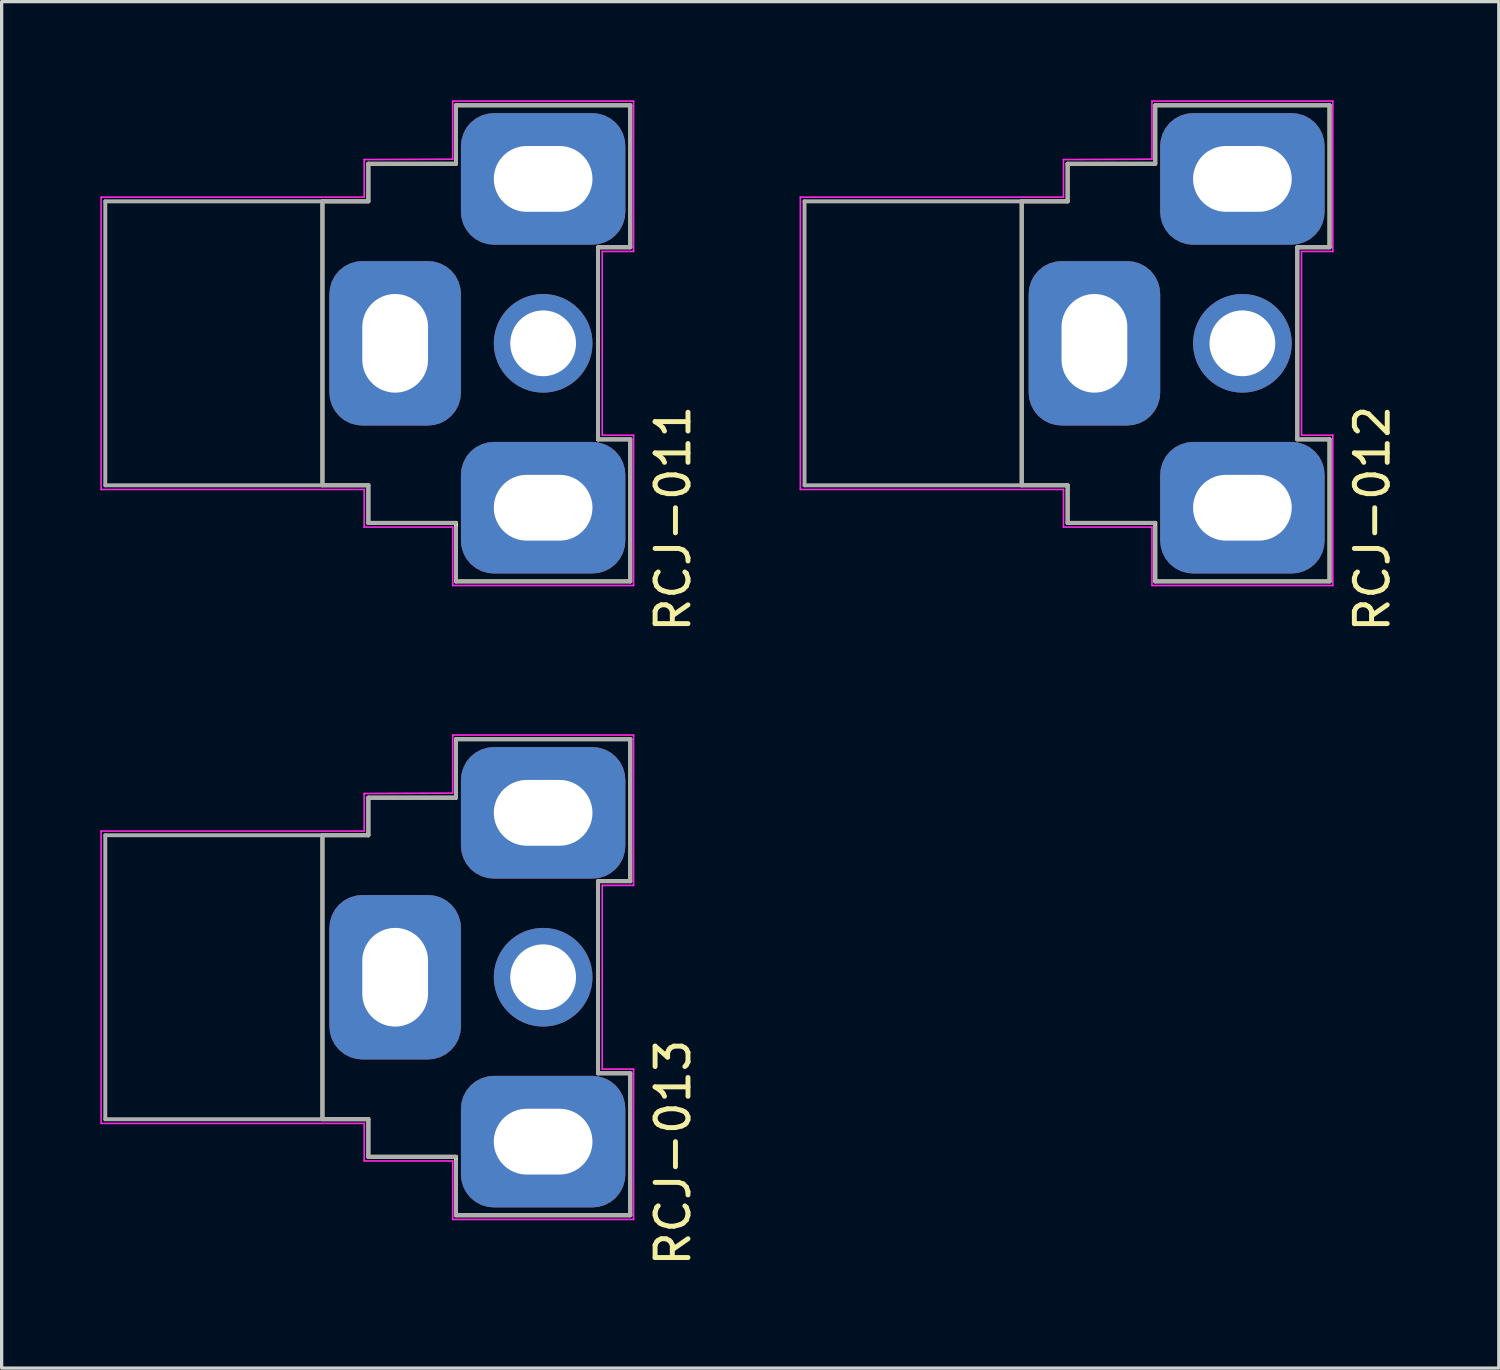
<source format=kicad_pcb>
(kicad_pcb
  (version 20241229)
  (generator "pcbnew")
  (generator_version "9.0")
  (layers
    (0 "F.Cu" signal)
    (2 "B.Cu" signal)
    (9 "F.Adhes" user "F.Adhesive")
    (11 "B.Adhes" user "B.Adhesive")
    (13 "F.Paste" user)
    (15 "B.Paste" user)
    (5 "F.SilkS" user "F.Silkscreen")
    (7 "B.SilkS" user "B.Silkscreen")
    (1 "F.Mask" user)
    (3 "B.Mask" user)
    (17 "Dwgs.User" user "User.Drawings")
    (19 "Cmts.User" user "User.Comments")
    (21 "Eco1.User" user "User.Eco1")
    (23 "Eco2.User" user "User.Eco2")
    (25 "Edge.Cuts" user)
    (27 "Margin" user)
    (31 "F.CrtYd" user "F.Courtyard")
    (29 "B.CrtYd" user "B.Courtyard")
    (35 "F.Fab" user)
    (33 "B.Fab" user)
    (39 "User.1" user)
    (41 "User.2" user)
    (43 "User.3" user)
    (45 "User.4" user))
  (footprint "RCJ-012"
    (layer "F.Cu")
    (at 28.784 7.391)
    (property "Reference" "RCJ-012" (at 9.9 5.334 90) (layer "F.SilkS") (effects (font (size 1 1) (thickness 0.15))))
    (attr through_hole)
    (fp_line (start -0.762 -4.318) (end -0.762 4.318) (stroke (width 0.12) (type solid)) (layer "F.SilkS"))
    (fp_line (start -0.762 4.318) (end 0.635 4.318) (stroke (width 0.12) (type solid)) (layer "F.SilkS"))
    (fp_line (start 0.635 -5.461) (end 0.635 -4.318) (stroke (width 0.12) (type solid)) (layer "F.SilkS"))
    (fp_line (start 0.635 -4.318) (end -0.762 -4.318) (stroke (width 0.12) (type solid)) (layer "F.SilkS"))
    (fp_line (start 0.635 4.318) (end 0.635 5.461) (stroke (width 0.12) (type solid)) (layer "F.SilkS"))
    (fp_line (start 0.635 5.461) (end 3.3 5.461) (stroke (width 0.12) (type solid)) (layer "F.SilkS"))
    (fp_line (start 3.3 -7.239) (end 8.6 -7.239) (stroke (width 0.12) (type solid)) (layer "F.SilkS"))
    (fp_line (start 3.3 -5.461) (end 0.635 -5.461) (stroke (width 0.12) (type solid)) (layer "F.SilkS"))
    (fp_line (start 3.3 -5.461) (end 3.3 -7.239) (stroke (width 0.12) (type solid)) (layer "F.SilkS"))
    (fp_line (start 3.3 5.461) (end 3.3 7.239) (stroke (width 0.12) (type solid)) (layer "F.SilkS"))
    (fp_line (start 3.3 7.239) (end 8.6 7.239) (stroke (width 0.12) (type solid)) (layer "F.SilkS"))
    (fp_line (start 7.62 -2.921) (end 7.62 2.921) (stroke (width 0.12) (type solid)) (layer "F.SilkS"))
    (fp_line (start 8.6 -7.239) (end 8.6 -2.921) (stroke (width 0.12) (type solid)) (layer "F.SilkS"))
    (fp_line (start 8.6 -2.921) (end 7.62 -2.921) (stroke (width 0.12) (type solid)) (layer "F.SilkS"))
    (fp_line (start 8.6 2.921) (end 7.62 2.921) (stroke (width 0.12) (type solid)) (layer "F.SilkS"))
    (fp_line (start 8.6 7.239) (end 8.6 2.921) (stroke (width 0.12) (type solid)) (layer "F.SilkS"))
    (fp_line (start -7.493 -4.445) (end -7.493 4.445) (stroke (width 0.05) (type solid)) (layer "F.CrtYd"))
    (fp_line (start -7.493 4.445) (end 0.508 4.445) (stroke (width 0.05) (type solid)) (layer "F.CrtYd"))
    (fp_line (start 0.508 -5.588) (end 0.508 -4.445) (stroke (width 0.05) (type solid)) (layer "F.CrtYd"))
    (fp_line (start 0.508 -4.445) (end -7.493 -4.445) (stroke (width 0.05) (type solid)) (layer "F.CrtYd"))
    (fp_line (start 0.508 4.445) (end 0.508 5.588) (stroke (width 0.05) (type solid)) (layer "F.CrtYd"))
    (fp_line (start 0.508 5.588) (end 3.2 5.588) (stroke (width 0.05) (type solid)) (layer "F.CrtYd"))
    (fp_line (start 3.2 -7.366) (end 8.7 -7.366) (stroke (width 0.05) (type solid)) (layer "F.CrtYd"))
    (fp_line (start 3.2 -5.6) (end 0.508 -5.588) (stroke (width 0.05) (type solid)) (layer "F.CrtYd"))
    (fp_line (start 3.2 -5.6) (end 3.2 -7.366) (stroke (width 0.05) (type solid)) (layer "F.CrtYd"))
    (fp_line (start 3.2 7.366) (end 3.2 5.588) (stroke (width 0.05) (type solid)) (layer "F.CrtYd"))
    (fp_line (start 7.747 -2.794) (end 7.747 2.794) (stroke (width 0.05) (type solid)) (layer "F.CrtYd"))
    (fp_line (start 7.747 2.794) (end 8.7 2.794) (stroke (width 0.05) (type solid)) (layer "F.CrtYd"))
    (fp_line (start 8.7 -7.366) (end 8.7 -2.794) (stroke (width 0.05) (type solid)) (layer "F.CrtYd"))
    (fp_line (start 8.7 -2.794) (end 7.747 -2.794) (stroke (width 0.05) (type solid)) (layer "F.CrtYd"))
    (fp_line (start 8.7 7.366) (end 3.2 7.366) (stroke (width 0.05) (type solid)) (layer "F.CrtYd"))
    (fp_line (start 8.7 7.366) (end 8.7 2.794) (stroke (width 0.05) (type solid)) (layer "F.CrtYd"))
    (fp_line (start -7.366 -4.318) (end -7.366 4.318) (stroke (width 0.12) (type solid)) (layer "F.Fab"))
    (fp_line (start -7.366 4.318) (end 0.635 4.318) (stroke (width 0.12) (type solid)) (layer "F.Fab"))
    (fp_line (start -0.762 -4.318) (end -0.762 4.318) (stroke (width 0.12) (type solid)) (layer "F.Fab"))
    (fp_line (start 0.635 -5.461) (end 0.635 -4.318) (stroke (width 0.12) (type solid)) (layer "F.Fab"))
    (fp_line (start 0.635 -5.461) (end 3.3 -5.461) (stroke (width 0.12) (type solid)) (layer "F.Fab"))
    (fp_line (start 0.635 -4.318) (end -7.366 -4.318) (stroke (width 0.12) (type solid)) (layer "F.Fab"))
    (fp_line (start 0.635 4.318) (end 0.635 5.461) (stroke (width 0.12) (type solid)) (layer "F.Fab"))
    (fp_line (start 0.635 5.461) (end 3.3 5.461) (stroke (width 0.12) (type solid)) (layer "F.Fab"))
    (fp_line (start 3.3 -7.239) (end 8.6 -7.239) (stroke (width 0.12) (type solid)) (layer "F.Fab"))
    (fp_line (start 3.3 -5.461) (end 3.3 -7.239) (stroke (width 0.12) (type solid)) (layer "F.Fab"))
    (fp_line (start 3.3 5.588) (end 3.3 7.239) (stroke (width 0.12) (type solid)) (layer "F.Fab"))
    (fp_line (start 3.3 7.239) (end 8.6 7.239) (stroke (width 0.12) (type solid)) (layer "F.Fab"))
    (fp_line (start 7.62 -2.921) (end 7.62 2.921) (stroke (width 0.12) (type solid)) (layer "F.Fab"))
    (fp_line (start 8.6 -7.239) (end 8.6 -2.921) (stroke (width 0.12) (type solid)) (layer "F.Fab"))
    (fp_line (start 8.6 -2.921) (end 7.62 -2.921) (stroke (width 0.12) (type solid)) (layer "F.Fab"))
    (fp_line (start 8.6 2.921) (end 7.62 2.921) (stroke (width 0.12) (type solid)) (layer "F.Fab"))
    (fp_line (start 8.6 7.239) (end 8.6 2.921) (stroke (width 0.12) (type solid)) (layer "F.Fab"))
    (pad "1" thru_hole circle (at 5.95 0) (size 3 3) (drill 2) (layers "*.Cu" "*.Mask"))
    (pad "2" thru_hole roundrect (at 1.45 0) (size 4 5) (drill oval 2 3) (layers "*.Cu" "*.Mask") (roundrect_rratio 0.25))
    (pad "2" thru_hole roundrect (at 5.95 -5) (size 5 4) (drill oval 3 2) (layers "*.Cu" "*.Mask") (roundrect_rratio 0.25))
    (pad "2" thru_hole roundrect (at 5.95 5) (size 5 4) (drill oval 3 2) (layers "*.Cu" "*.Mask") (roundrect_rratio 0.25)))
  (footprint "RCJ-011"
    (layer "F.Cu")
    (at 7.518 7.391)
    (property "Reference" "RCJ-011" (at 9.9 5.334 90) (layer "F.SilkS") (effects (font (size 1 1) (thickness 0.15))))
    (attr through_hole)
    (fp_line (start -0.762 -4.318) (end -0.762 4.318) (stroke (width 0.12) (type solid)) (layer "F.SilkS"))
    (fp_line (start -0.762 4.318) (end 0.635 4.318) (stroke (width 0.12) (type solid)) (layer "F.SilkS"))
    (fp_line (start 0.635 -5.461) (end 0.635 -4.318) (stroke (width 0.12) (type solid)) (layer "F.SilkS"))
    (fp_line (start 0.635 -4.318) (end -0.762 -4.318) (stroke (width 0.12) (type solid)) (layer "F.SilkS"))
    (fp_line (start 0.635 4.318) (end 0.635 5.461) (stroke (width 0.12) (type solid)) (layer "F.SilkS"))
    (fp_line (start 0.635 5.461) (end 3.3 5.461) (stroke (width 0.12) (type solid)) (layer "F.SilkS"))
    (fp_line (start 3.3 -7.239) (end 8.6 -7.239) (stroke (width 0.12) (type solid)) (layer "F.SilkS"))
    (fp_line (start 3.3 -5.461) (end 0.635 -5.461) (stroke (width 0.12) (type solid)) (layer "F.SilkS"))
    (fp_line (start 3.3 -5.461) (end 3.3 -7.239) (stroke (width 0.12) (type solid)) (layer "F.SilkS"))
    (fp_line (start 3.3 5.461) (end 3.3 7.239) (stroke (width 0.12) (type solid)) (layer "F.SilkS"))
    (fp_line (start 3.3 7.239) (end 8.6 7.239) (stroke (width 0.12) (type solid)) (layer "F.SilkS"))
    (fp_line (start 7.62 -2.921) (end 7.62 2.921) (stroke (width 0.12) (type solid)) (layer "F.SilkS"))
    (fp_line (start 8.6 -7.239) (end 8.6 -2.921) (stroke (width 0.12) (type solid)) (layer "F.SilkS"))
    (fp_line (start 8.6 -2.921) (end 7.62 -2.921) (stroke (width 0.12) (type solid)) (layer "F.SilkS"))
    (fp_line (start 8.6 2.921) (end 7.62 2.921) (stroke (width 0.12) (type solid)) (layer "F.SilkS"))
    (fp_line (start 8.6 7.239) (end 8.6 2.921) (stroke (width 0.12) (type solid)) (layer "F.SilkS"))
    (fp_line (start -7.493 -4.445) (end -7.493 4.445) (stroke (width 0.05) (type solid)) (layer "F.CrtYd"))
    (fp_line (start -7.493 4.445) (end 0.508 4.445) (stroke (width 0.05) (type solid)) (layer "F.CrtYd"))
    (fp_line (start 0.508 -5.588) (end 0.508 -4.445) (stroke (width 0.05) (type solid)) (layer "F.CrtYd"))
    (fp_line (start 0.508 -4.445) (end -7.493 -4.445) (stroke (width 0.05) (type solid)) (layer "F.CrtYd"))
    (fp_line (start 0.508 4.445) (end 0.508 5.588) (stroke (width 0.05) (type solid)) (layer "F.CrtYd"))
    (fp_line (start 0.508 5.588) (end 3.2 5.588) (stroke (width 0.05) (type solid)) (layer "F.CrtYd"))
    (fp_line (start 3.2 -7.366) (end 8.7 -7.366) (stroke (width 0.05) (type solid)) (layer "F.CrtYd"))
    (fp_line (start 3.2 -5.6) (end 0.508 -5.588) (stroke (width 0.05) (type solid)) (layer "F.CrtYd"))
    (fp_line (start 3.2 -5.6) (end 3.2 -7.366) (stroke (width 0.05) (type solid)) (layer "F.CrtYd"))
    (fp_line (start 3.2 7.366) (end 3.2 5.588) (stroke (width 0.05) (type solid)) (layer "F.CrtYd"))
    (fp_line (start 7.747 -2.794) (end 7.747 2.794) (stroke (width 0.05) (type solid)) (layer "F.CrtYd"))
    (fp_line (start 7.747 2.794) (end 8.7 2.794) (stroke (width 0.05) (type solid)) (layer "F.CrtYd"))
    (fp_line (start 8.7 -7.366) (end 8.7 -2.794) (stroke (width 0.05) (type solid)) (layer "F.CrtYd"))
    (fp_line (start 8.7 -2.794) (end 7.747 -2.794) (stroke (width 0.05) (type solid)) (layer "F.CrtYd"))
    (fp_line (start 8.7 7.366) (end 3.2 7.366) (stroke (width 0.05) (type solid)) (layer "F.CrtYd"))
    (fp_line (start 8.7 7.366) (end 8.7 2.794) (stroke (width 0.05) (type solid)) (layer "F.CrtYd"))
    (fp_line (start -7.366 -4.318) (end -7.366 4.318) (stroke (width 0.12) (type solid)) (layer "F.Fab"))
    (fp_line (start -7.366 4.318) (end 0.635 4.318) (stroke (width 0.12) (type solid)) (layer "F.Fab"))
    (fp_line (start -0.762 -4.318) (end -0.762 4.318) (stroke (width 0.12) (type solid)) (layer "F.Fab"))
    (fp_line (start 0.635 -5.461) (end 0.635 -4.318) (stroke (width 0.12) (type solid)) (layer "F.Fab"))
    (fp_line (start 0.635 -5.461) (end 3.3 -5.461) (stroke (width 0.12) (type solid)) (layer "F.Fab"))
    (fp_line (start 0.635 -4.318) (end -7.366 -4.318) (stroke (width 0.12) (type solid)) (layer "F.Fab"))
    (fp_line (start 0.635 4.318) (end 0.635 5.461) (stroke (width 0.12) (type solid)) (layer "F.Fab"))
    (fp_line (start 0.635 5.461) (end 3.3 5.461) (stroke (width 0.12) (type solid)) (layer "F.Fab"))
    (fp_line (start 3.3 -7.239) (end 8.6 -7.239) (stroke (width 0.12) (type solid)) (layer "F.Fab"))
    (fp_line (start 3.3 -5.461) (end 3.3 -7.239) (stroke (width 0.12) (type solid)) (layer "F.Fab"))
    (fp_line (start 3.3 5.588) (end 3.3 7.239) (stroke (width 0.12) (type solid)) (layer "F.Fab"))
    (fp_line (start 3.3 7.239) (end 8.6 7.239) (stroke (width 0.12) (type solid)) (layer "F.Fab"))
    (fp_line (start 7.62 -2.921) (end 7.62 2.921) (stroke (width 0.12) (type solid)) (layer "F.Fab"))
    (fp_line (start 8.6 -7.239) (end 8.6 -2.921) (stroke (width 0.12) (type solid)) (layer "F.Fab"))
    (fp_line (start 8.6 -2.921) (end 7.62 -2.921) (stroke (width 0.12) (type solid)) (layer "F.Fab"))
    (fp_line (start 8.6 2.921) (end 7.62 2.921) (stroke (width 0.12) (type solid)) (layer "F.Fab"))
    (fp_line (start 8.6 7.239) (end 8.6 2.921) (stroke (width 0.12) (type solid)) (layer "F.Fab"))
    (pad "1" thru_hole circle (at 5.95 0) (size 3 3) (drill 2) (layers "*.Cu" "*.Mask"))
    (pad "2" thru_hole roundrect (at 1.45 0) (size 4 5) (drill oval 2 3) (layers "*.Cu" "*.Mask") (roundrect_rratio 0.25))
    (pad "2" thru_hole roundrect (at 5.95 -5) (size 5 4) (drill oval 3 2) (layers "*.Cu" "*.Mask") (roundrect_rratio 0.25))
    (pad "2" thru_hole roundrect (at 5.95 5) (size 5 4) (drill oval 3 2) (layers "*.Cu" "*.Mask") (roundrect_rratio 0.25)))
  (footprint "RCJ-013"
    (layer "F.Cu")
    (at 7.518 26.67)
    (property "Reference" "RCJ-013" (at 9.9 5.334 90) (layer "F.SilkS") (effects (font (size 1 1) (thickness 0.15))))
    (attr through_hole)
    (fp_line (start -0.762 -4.318) (end -0.762 4.318) (stroke (width 0.12) (type solid)) (layer "F.SilkS"))
    (fp_line (start -0.762 4.318) (end 0.635 4.318) (stroke (width 0.12) (type solid)) (layer "F.SilkS"))
    (fp_line (start 0.635 -5.461) (end 0.635 -4.318) (stroke (width 0.12) (type solid)) (layer "F.SilkS"))
    (fp_line (start 0.635 -4.318) (end -0.762 -4.318) (stroke (width 0.12) (type solid)) (layer "F.SilkS"))
    (fp_line (start 0.635 4.318) (end 0.635 5.461) (stroke (width 0.12) (type solid)) (layer "F.SilkS"))
    (fp_line (start 0.635 5.461) (end 3.3 5.461) (stroke (width 0.12) (type solid)) (layer "F.SilkS"))
    (fp_line (start 3.3 -7.239) (end 8.6 -7.239) (stroke (width 0.12) (type solid)) (layer "F.SilkS"))
    (fp_line (start 3.3 -5.461) (end 0.635 -5.461) (stroke (width 0.12) (type solid)) (layer "F.SilkS"))
    (fp_line (start 3.3 -5.461) (end 3.3 -7.239) (stroke (width 0.12) (type solid)) (layer "F.SilkS"))
    (fp_line (start 3.3 5.461) (end 3.3 7.239) (stroke (width 0.12) (type solid)) (layer "F.SilkS"))
    (fp_line (start 3.3 7.239) (end 8.6 7.239) (stroke (width 0.12) (type solid)) (layer "F.SilkS"))
    (fp_line (start 7.62 -2.921) (end 7.62 2.921) (stroke (width 0.12) (type solid)) (layer "F.SilkS"))
    (fp_line (start 8.6 -7.239) (end 8.6 -2.921) (stroke (width 0.12) (type solid)) (layer "F.SilkS"))
    (fp_line (start 8.6 -2.921) (end 7.62 -2.921) (stroke (width 0.12) (type solid)) (layer "F.SilkS"))
    (fp_line (start 8.6 2.921) (end 7.62 2.921) (stroke (width 0.12) (type solid)) (layer "F.SilkS"))
    (fp_line (start 8.6 7.239) (end 8.6 2.921) (stroke (width 0.12) (type solid)) (layer "F.SilkS"))
    (fp_line (start -7.493 -4.445) (end -7.493 4.445) (stroke (width 0.05) (type solid)) (layer "F.CrtYd"))
    (fp_line (start -7.493 4.445) (end 0.508 4.445) (stroke (width 0.05) (type solid)) (layer "F.CrtYd"))
    (fp_line (start 0.508 -5.588) (end 0.508 -4.445) (stroke (width 0.05) (type solid)) (layer "F.CrtYd"))
    (fp_line (start 0.508 -4.445) (end -7.493 -4.445) (stroke (width 0.05) (type solid)) (layer "F.CrtYd"))
    (fp_line (start 0.508 4.445) (end 0.508 5.588) (stroke (width 0.05) (type solid)) (layer "F.CrtYd"))
    (fp_line (start 0.508 5.588) (end 3.2 5.588) (stroke (width 0.05) (type solid)) (layer "F.CrtYd"))
    (fp_line (start 3.2 -7.366) (end 8.7 -7.366) (stroke (width 0.05) (type solid)) (layer "F.CrtYd"))
    (fp_line (start 3.2 -5.6) (end 0.508 -5.588) (stroke (width 0.05) (type solid)) (layer "F.CrtYd"))
    (fp_line (start 3.2 -5.6) (end 3.2 -7.366) (stroke (width 0.05) (type solid)) (layer "F.CrtYd"))
    (fp_line (start 3.2 7.366) (end 3.2 5.588) (stroke (width 0.05) (type solid)) (layer "F.CrtYd"))
    (fp_line (start 7.747 -2.794) (end 7.747 2.794) (stroke (width 0.05) (type solid)) (layer "F.CrtYd"))
    (fp_line (start 7.747 2.794) (end 8.7 2.794) (stroke (width 0.05) (type solid)) (layer "F.CrtYd"))
    (fp_line (start 8.7 -7.366) (end 8.7 -2.794) (stroke (width 0.05) (type solid)) (layer "F.CrtYd"))
    (fp_line (start 8.7 -2.794) (end 7.747 -2.794) (stroke (width 0.05) (type solid)) (layer "F.CrtYd"))
    (fp_line (start 8.7 7.366) (end 3.2 7.366) (stroke (width 0.05) (type solid)) (layer "F.CrtYd"))
    (fp_line (start 8.7 7.366) (end 8.7 2.794) (stroke (width 0.05) (type solid)) (layer "F.CrtYd"))
    (fp_line (start -7.366 -4.318) (end -7.366 4.318) (stroke (width 0.12) (type solid)) (layer "F.Fab"))
    (fp_line (start -7.366 4.318) (end 0.635 4.318) (stroke (width 0.12) (type solid)) (layer "F.Fab"))
    (fp_line (start -0.762 -4.318) (end -0.762 4.318) (stroke (width 0.12) (type solid)) (layer "F.Fab"))
    (fp_line (start 0.635 -5.461) (end 0.635 -4.318) (stroke (width 0.12) (type solid)) (layer "F.Fab"))
    (fp_line (start 0.635 -5.461) (end 3.3 -5.461) (stroke (width 0.12) (type solid)) (layer "F.Fab"))
    (fp_line (start 0.635 -4.318) (end -7.366 -4.318) (stroke (width 0.12) (type solid)) (layer "F.Fab"))
    (fp_line (start 0.635 4.318) (end 0.635 5.461) (stroke (width 0.12) (type solid)) (layer "F.Fab"))
    (fp_line (start 0.635 5.461) (end 3.3 5.461) (stroke (width 0.12) (type solid)) (layer "F.Fab"))
    (fp_line (start 3.3 -7.239) (end 8.6 -7.239) (stroke (width 0.12) (type solid)) (layer "F.Fab"))
    (fp_line (start 3.3 -5.461) (end 3.3 -7.239) (stroke (width 0.12) (type solid)) (layer "F.Fab"))
    (fp_line (start 3.3 5.588) (end 3.3 7.239) (stroke (width 0.12) (type solid)) (layer "F.Fab"))
    (fp_line (start 3.3 7.239) (end 8.6 7.239) (stroke (width 0.12) (type solid)) (layer "F.Fab"))
    (fp_line (start 7.62 -2.921) (end 7.62 2.921) (stroke (width 0.12) (type solid)) (layer "F.Fab"))
    (fp_line (start 8.6 -7.239) (end 8.6 -2.921) (stroke (width 0.12) (type solid)) (layer "F.Fab"))
    (fp_line (start 8.6 -2.921) (end 7.62 -2.921) (stroke (width 0.12) (type solid)) (layer "F.Fab"))
    (fp_line (start 8.6 2.921) (end 7.62 2.921) (stroke (width 0.12) (type solid)) (layer "F.Fab"))
    (fp_line (start 8.6 7.239) (end 8.6 2.921) (stroke (width 0.12) (type solid)) (layer "F.Fab"))
    (pad "1" thru_hole circle (at 5.95 0) (size 3 3) (drill 2) (layers "*.Cu" "*.Mask"))
    (pad "2" thru_hole roundrect (at 1.45 0) (size 4 5) (drill oval 2 3) (layers "*.Cu" "*.Mask") (roundrect_rratio 0.25))
    (pad "2" thru_hole roundrect (at 5.95 -5) (size 5 4) (drill oval 3 2) (layers "*.Cu" "*.Mask") (roundrect_rratio 0.25))
    (pad "2" thru_hole roundrect (at 5.95 5) (size 5 4) (drill oval 3 2) (layers "*.Cu" "*.Mask") (roundrect_rratio 0.25)))
  (gr_rect
    (start -3 -3)
    (end 42.532 38.557)
    (stroke (width 0.1) (type default))
    (fill no)
    (layer "Edge.Cuts")))
</source>
